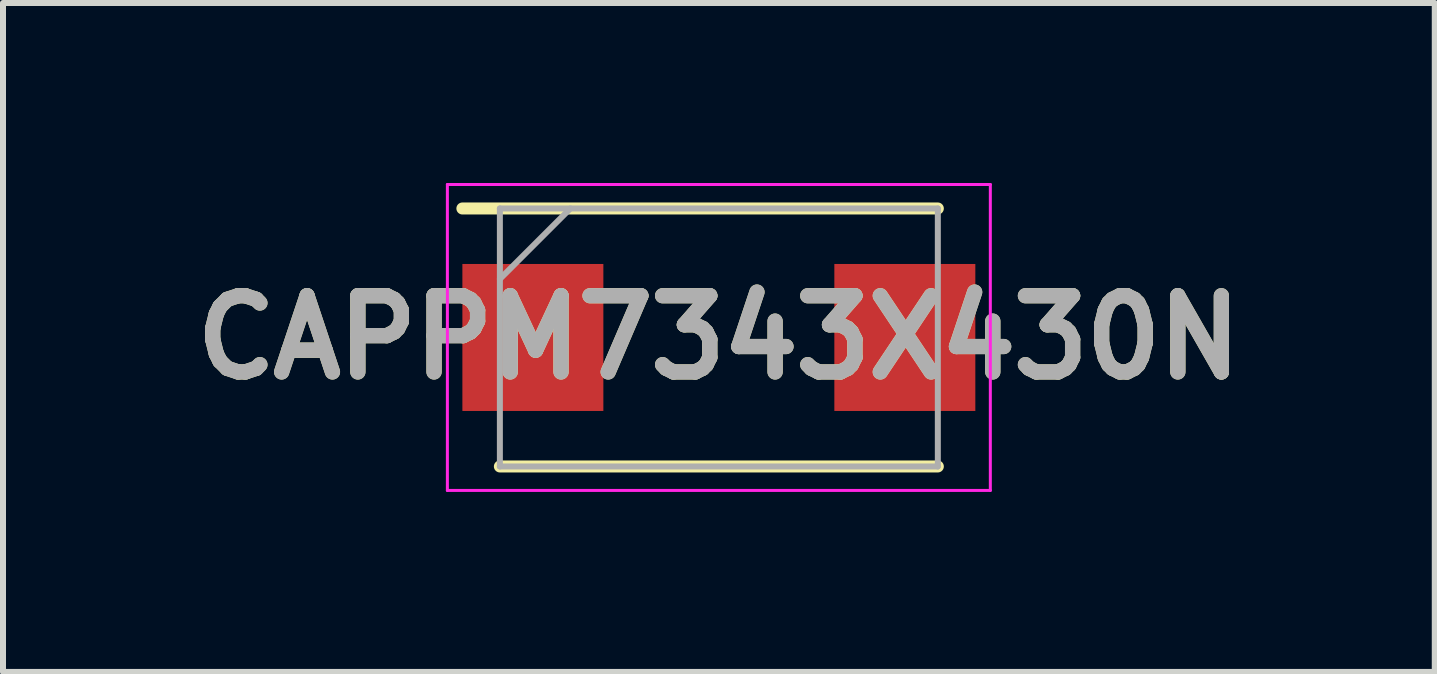
<source format=kicad_pcb>
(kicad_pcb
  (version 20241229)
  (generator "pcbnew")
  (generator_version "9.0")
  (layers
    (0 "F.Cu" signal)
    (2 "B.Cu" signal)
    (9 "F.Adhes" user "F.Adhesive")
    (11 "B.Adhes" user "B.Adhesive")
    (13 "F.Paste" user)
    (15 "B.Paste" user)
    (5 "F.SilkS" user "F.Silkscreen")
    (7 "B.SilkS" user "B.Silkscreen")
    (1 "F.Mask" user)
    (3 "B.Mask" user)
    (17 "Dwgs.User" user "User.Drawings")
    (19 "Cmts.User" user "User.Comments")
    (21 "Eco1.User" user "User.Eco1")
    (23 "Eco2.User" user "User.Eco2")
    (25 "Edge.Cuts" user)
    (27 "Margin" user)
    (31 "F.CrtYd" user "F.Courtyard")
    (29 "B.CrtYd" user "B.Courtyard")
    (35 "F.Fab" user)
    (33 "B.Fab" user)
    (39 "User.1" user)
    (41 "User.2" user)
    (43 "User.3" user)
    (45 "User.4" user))
  (footprint "CAPPM7343X430N"
    (layer "F.Cu")
    (at 8.932 2.575)
    (property "Reference" "CAPPM7343X430N" (at 0 0 0) (layer "F.SilkS") (effects (font (size 1.27 1.27) (thickness 0.254))))
    (attr smd)
    (fp_line (start -3.65 2.15) (end 3.65 2.15) (stroke (width 0.2) (type solid)) (layer "F.SilkS"))
    (fp_line (start 3.65 -2.15) (end -4.275 -2.15) (stroke (width 0.2) (type solid)) (layer "F.SilkS"))
    (fp_line (start -4.525 -2.55) (end 4.525 -2.55) (stroke (width 0.05) (type solid)) (layer "F.CrtYd"))
    (fp_line (start -4.525 2.55) (end -4.525 -2.55) (stroke (width 0.05) (type solid)) (layer "F.CrtYd"))
    (fp_line (start 4.525 -2.55) (end 4.525 2.55) (stroke (width 0.05) (type solid)) (layer "F.CrtYd"))
    (fp_line (start 4.525 2.55) (end -4.525 2.55) (stroke (width 0.05) (type solid)) (layer "F.CrtYd"))
    (fp_line (start -3.65 -2.15) (end 3.65 -2.15) (stroke (width 0.1) (type solid)) (layer "F.Fab"))
    (fp_line (start -3.65 -0.975) (end -2.475 -2.15) (stroke (width 0.1) (type solid)) (layer "F.Fab"))
    (fp_line (start -3.65 2.15) (end -3.65 -2.15) (stroke (width 0.1) (type solid)) (layer "F.Fab"))
    (fp_line (start 3.65 -2.15) (end 3.65 2.15) (stroke (width 0.1) (type solid)) (layer "F.Fab"))
    (fp_line (start 3.65 2.15) (end -3.65 2.15) (stroke (width 0.1) (type solid)) (layer "F.Fab"))
    (fp_text user "${REFERENCE}" (at 0 0 0) (layer "F.Fab") (effects (font (size 1.27 1.27) (thickness 0.254))))
    (pad "1" smd rect (at -3.1 0) (size 2.35 2.45) (layers "F.Cu" "F.Mask" "F.Paste"))
    (pad "2" smd rect (at 3.1 0) (size 2.35 2.45) (layers "F.Cu" "F.Mask" "F.Paste")))
  (gr_rect
    (start -3 -3)
    (end 20.865 8.15)
    (stroke (width 0.1) (type default))
    (fill no)
    (layer "Edge.Cuts")))
</source>
